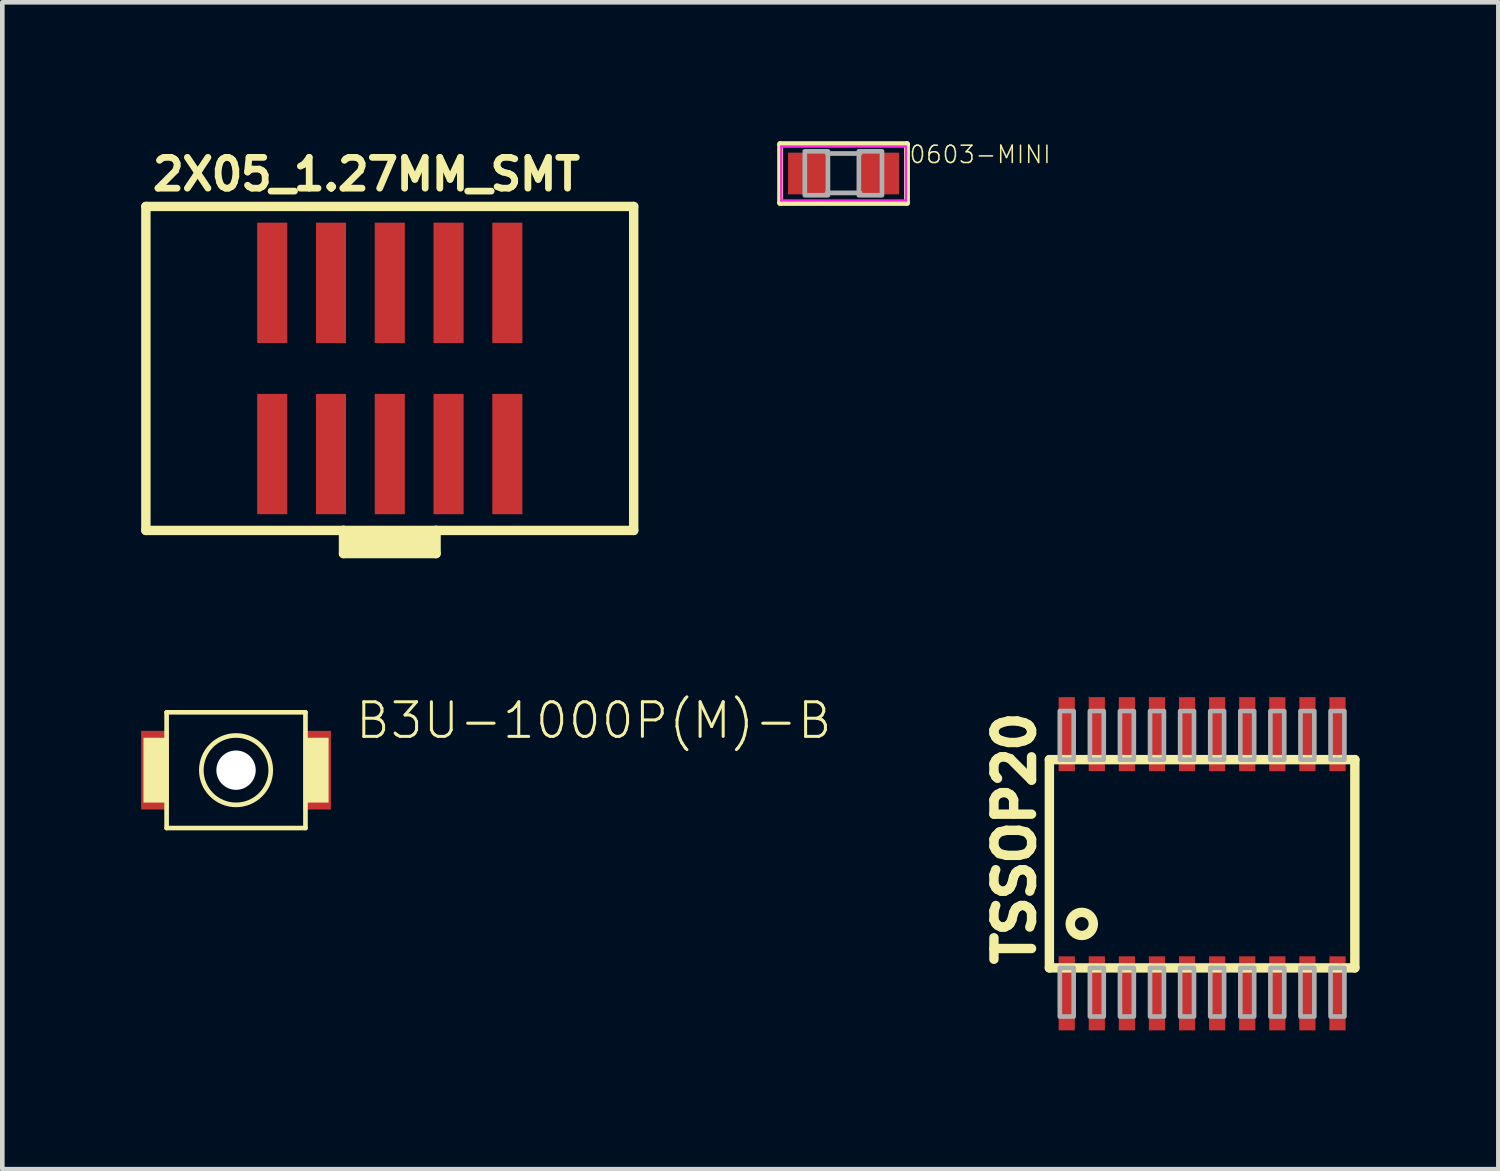
<source format=kicad_pcb>
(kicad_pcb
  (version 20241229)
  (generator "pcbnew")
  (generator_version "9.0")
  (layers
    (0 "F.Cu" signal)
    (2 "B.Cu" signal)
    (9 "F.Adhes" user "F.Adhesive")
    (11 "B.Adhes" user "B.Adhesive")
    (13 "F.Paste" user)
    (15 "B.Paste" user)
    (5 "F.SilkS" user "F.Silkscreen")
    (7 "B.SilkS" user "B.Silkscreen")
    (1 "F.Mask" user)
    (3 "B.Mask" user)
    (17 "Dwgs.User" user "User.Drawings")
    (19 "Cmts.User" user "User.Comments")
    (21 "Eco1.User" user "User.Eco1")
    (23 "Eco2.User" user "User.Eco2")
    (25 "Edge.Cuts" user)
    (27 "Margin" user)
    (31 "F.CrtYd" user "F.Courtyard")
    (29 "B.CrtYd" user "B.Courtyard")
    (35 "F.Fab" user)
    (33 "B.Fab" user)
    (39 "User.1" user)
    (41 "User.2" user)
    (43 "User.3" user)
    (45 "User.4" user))
  (footprint "2X05_1.27MM_SMT"
    (layer "F.Cu")
    (at 5.372 4.911)
    (property "Reference" "2X05_1.27MM_SMT" (at -5.199 -3.806 0) (layer "F.SilkS") (effects (font (size 0.666 0.666) (thickness 0.146)) (justify left bottom)))
    (fp_line (start -5.27 -3.5) (end 5.27 -3.5) (stroke (width 0.203) (type solid)) (layer "F.SilkS"))
    (fp_line (start -5.27 3.5) (end -5.27 -3.5) (stroke (width 0.203) (type solid)) (layer "F.SilkS"))
    (fp_line (start -1 3.5) (end -5.27 3.5) (stroke (width 0.203) (type solid)) (layer "F.SilkS"))
    (fp_line (start -1 3.5) (end -1 4) (stroke (width 0.203) (type solid)) (layer "F.SilkS"))
    (fp_line (start -1 4) (end 1 4) (stroke (width 0.203) (type solid)) (layer "F.SilkS"))
    (fp_line (start 1 3.5) (end -1 3.5) (stroke (width 0.203) (type solid)) (layer "F.SilkS"))
    (fp_line (start 1 4) (end 1 3.5) (stroke (width 0.203) (type solid)) (layer "F.SilkS"))
    (fp_line (start 5.27 -3.5) (end 5.27 3.5) (stroke (width 0.203) (type solid)) (layer "F.SilkS"))
    (fp_line (start 5.27 3.5) (end 1 3.5) (stroke (width 0.203) (type solid)) (layer "F.SilkS"))
    (fp_poly (pts (xy 1.079 4) (xy -1.079 4) (xy -1.079 3.493) (xy 1.079 3.493)) (stroke (width 0) (type solid)) (fill yes) (layer "F.SilkS"))
    (pad "1" smd rect (at -2.54 1.85) (size 0.65 2.6) (layers "F.Cu" "F.Mask" "F.Paste"))
    (pad "2" smd rect (at -2.54 -1.85) (size 0.65 2.6) (layers "F.Cu" "F.Mask" "F.Paste"))
    (pad "3" smd rect (at -1.27 1.85) (size 0.65 2.6) (layers "F.Cu" "F.Mask" "F.Paste"))
    (pad "4" smd rect (at -1.27 -1.85) (size 0.65 2.6) (layers "F.Cu" "F.Mask" "F.Paste"))
    (pad "5" smd rect (at 0 1.85) (size 0.65 2.6) (layers "F.Cu" "F.Mask" "F.Paste"))
    (pad "6" smd rect (at 0 -1.85) (size 0.65 2.6) (layers "F.Cu" "F.Mask" "F.Paste"))
    (pad "7" smd rect (at 1.27 1.85) (size 0.65 2.6) (layers "F.Cu" "F.Mask" "F.Paste"))
    (pad "8" smd rect (at 1.27 -1.85) (size 0.65 2.6) (layers "F.Cu" "F.Mask" "F.Paste"))
    (pad "9" smd rect (at 2.54 1.85) (size 0.65 2.6) (layers "F.Cu" "F.Mask" "F.Paste"))
    (pad "10" smd rect (at 2.54 -1.85) (size 0.65 2.6) (layers "F.Cu" "F.Mask" "F.Paste")))
  (footprint "B3U-1000P(M)-B"
    (layer "F.Cu")
    (at 2.05 13.591)
    (property "Reference" "B3U-1000P(M)-B" (at 2.54 -0.635 0) (layer "F.SilkS") (effects (font (size 0.748 0.748) (thickness 0.065)) (justify left bottom)))
    (fp_poly (pts (xy -2.05 0.85) (xy -1.45 0.85) (xy -1.45 -0.85) (xy -2.05 -0.85)) (stroke (width 0) (type solid)) (fill yes) (layer "F.Mask"))
    (fp_poly (pts (xy 1.45 0.85) (xy 2.05 0.85) (xy 2.05 -0.85) (xy 1.45 -0.85)) (stroke (width 0) (type solid)) (fill yes) (layer "F.Mask"))
    (fp_line (start -1.5 -1.25) (end 1.5 -1.25) (stroke (width 0.1) (type solid)) (layer "F.SilkS"))
    (fp_line (start -1.5 1.25) (end -1.5 -1.25) (stroke (width 0.1) (type solid)) (layer "F.SilkS"))
    (fp_line (start 1.5 -1.25) (end 1.5 1.25) (stroke (width 0.1) (type solid)) (layer "F.SilkS"))
    (fp_line (start 1.5 1.25) (end -1.5 1.25) (stroke (width 0.1) (type solid)) (layer "F.SilkS"))
    (fp_circle (center 0 0) (end 0.75 0) (stroke (width 0.1) (type solid)) (fill no) (layer "F.SilkS"))
    (fp_poly (pts (xy -2 0.7) (xy -1.5 0.7) (xy -1.5 -0.7) (xy -2 -0.7)) (stroke (width 0) (type solid)) (fill yes) (layer "F.SilkS"))
    (fp_poly (pts (xy 2 -0.7) (xy 1.5 -0.7) (xy 1.5 0.7) (xy 2 0.7)) (stroke (width 0) (type solid)) (fill yes) (layer "F.SilkS"))
    (pad "" np_thru_hole circle (at 0 0) (size 0.85 0.85) (drill 0.85) (layers "*.Cu" "*.Mask"))
    (pad "1" smd rect (at -1.75 0) (size 0.6 1.7) (layers "F.Cu" "F.Paste"))
    (pad "2" smd rect (at 1.75 0) (size 0.6 1.7) (layers "F.Cu" "F.Paste")))
  (footprint "0603-MINI"
    (layer "F.Cu")
    (at 15.177 0.699)
    (property "Reference" "0603-MINI" (at 1.397 -0.191 0) (layer "F.SilkS") (effects (font (size 0.374 0.374) (thickness 0.033)) (justify left bottom)))
    (fp_line (start -1.37 -0.635) (end 1.37 -0.635) (stroke (width 0.127) (type solid)) (layer "F.SilkS"))
    (fp_line (start -1.37 0.635) (end -1.37 -0.635) (stroke (width 0.127) (type solid)) (layer "F.SilkS"))
    (fp_line (start 1.37 -0.635) (end 1.37 0.635) (stroke (width 0.127) (type solid)) (layer "F.SilkS"))
    (fp_line (start 1.37 0.635) (end -1.37 0.635) (stroke (width 0.127) (type solid)) (layer "F.SilkS"))
    (fp_line (start -1.346 -0.583) (end 1.346 -0.583) (stroke (width 0.051) (type solid)) (layer "F.CrtYd"))
    (fp_line (start -1.346 0.583) (end -1.346 -0.583) (stroke (width 0.051) (type solid)) (layer "F.CrtYd"))
    (fp_line (start 1.346 -0.583) (end 1.346 0.583) (stroke (width 0.051) (type solid)) (layer "F.CrtYd"))
    (fp_line (start 1.346 0.583) (end -1.346 0.583) (stroke (width 0.051) (type solid)) (layer "F.CrtYd"))
    (fp_line (start -0.356 -0.432) (end 0.356 -0.432) (stroke (width 0.102) (type solid)) (layer "F.Fab"))
    (fp_line (start -0.356 0.419) (end 0.356 0.419) (stroke (width 0.102) (type solid)) (layer "F.Fab"))
    (fp_poly (pts (xy -0.838 0.47) (xy -0.338 0.47) (xy -0.338 -0.48) (xy -0.838 -0.48)) (stroke (width 0.1) (type solid)) (fill no) (layer "F.Fab"))
    (fp_poly (pts (xy 0.33 0.47) (xy 0.83 0.47) (xy 0.83 -0.48) (xy 0.33 -0.48)) (stroke (width 0.1) (type solid)) (fill no) (layer "F.Fab"))
    (pad "1" smd rect (at -0.75 0) (size 0.9 0.9) (layers "F.Cu" "F.Mask" "F.Paste"))
    (pad "2" smd rect (at 0.75 0) (size 0.9 0.9) (layers "F.Cu" "F.Mask" "F.Paste")))
  (footprint "TSSOP20"
    (layer "F.Cu")
    (at 22.924 15.613)
    (property "Reference" "TSSOP20" (at -3.575 2.275 90) (layer "F.SilkS") (effects (font (size 0.813 0.813) (thickness 0.203)) (justify left bottom)))
    (fp_line (start -3.3 -2.25) (end 3.3 -2.25) (stroke (width 0.203) (type solid)) (layer "F.SilkS"))
    (fp_line (start -3.3 2.25) (end -3.3 -2.25) (stroke (width 0.203) (type solid)) (layer "F.SilkS"))
    (fp_line (start 3.3 -2.25) (end 3.3 2.25) (stroke (width 0.203) (type solid)) (layer "F.SilkS"))
    (fp_line (start 3.3 2.25) (end -3.3 2.25) (stroke (width 0.203) (type solid)) (layer "F.SilkS"))
    (fp_circle (center -2.6 1.3) (end -2.35 1.3) (stroke (width 0.203) (type solid)) (fill no) (layer "F.SilkS"))
    (fp_poly (pts (xy -3.075 -2.25) (xy -2.775 -2.25) (xy -2.775 -3.3) (xy -3.075 -3.3)) (stroke (width 0.1) (type solid)) (fill no) (layer "F.Fab"))
    (fp_poly (pts (xy -2.775 2.25) (xy -3.075 2.25) (xy -3.075 3.3) (xy -2.775 3.3)) (stroke (width 0.1) (type solid)) (fill no) (layer "F.Fab"))
    (fp_poly (pts (xy -2.425 -2.25) (xy -2.125 -2.25) (xy -2.125 -3.3) (xy -2.425 -3.3)) (stroke (width 0.1) (type solid)) (fill no) (layer "F.Fab"))
    (fp_poly (pts (xy -2.125 2.25) (xy -2.425 2.25) (xy -2.425 3.3) (xy -2.125 3.3)) (stroke (width 0.1) (type solid)) (fill no) (layer "F.Fab"))
    (fp_poly (pts (xy -1.775 -2.25) (xy -1.475 -2.25) (xy -1.475 -3.3) (xy -1.775 -3.3)) (stroke (width 0.1) (type solid)) (fill no) (layer "F.Fab"))
    (fp_poly (pts (xy -1.475 2.25) (xy -1.775 2.25) (xy -1.775 3.3) (xy -1.475 3.3)) (stroke (width 0.1) (type solid)) (fill no) (layer "F.Fab"))
    (fp_poly (pts (xy -1.125 -2.25) (xy -0.825 -2.25) (xy -0.825 -3.3) (xy -1.125 -3.3)) (stroke (width 0.1) (type solid)) (fill no) (layer "F.Fab"))
    (fp_poly (pts (xy -0.825 2.25) (xy -1.125 2.25) (xy -1.125 3.3) (xy -0.825 3.3)) (stroke (width 0.1) (type solid)) (fill no) (layer "F.Fab"))
    (fp_poly (pts (xy -0.475 -2.25) (xy -0.175 -2.25) (xy -0.175 -3.3) (xy -0.475 -3.3)) (stroke (width 0.1) (type solid)) (fill no) (layer "F.Fab"))
    (fp_poly (pts (xy -0.175 2.25) (xy -0.475 2.25) (xy -0.475 3.3) (xy -0.175 3.3)) (stroke (width 0.1) (type solid)) (fill no) (layer "F.Fab"))
    (fp_poly (pts (xy 0.175 -2.25) (xy 0.475 -2.25) (xy 0.475 -3.3) (xy 0.175 -3.3)) (stroke (width 0.1) (type solid)) (fill no) (layer "F.Fab"))
    (fp_poly (pts (xy 0.475 2.25) (xy 0.175 2.25) (xy 0.175 3.3) (xy 0.475 3.3)) (stroke (width 0.1) (type solid)) (fill no) (layer "F.Fab"))
    (fp_poly (pts (xy 0.825 -2.25) (xy 1.125 -2.25) (xy 1.125 -3.3) (xy 0.825 -3.3)) (stroke (width 0.1) (type solid)) (fill no) (layer "F.Fab"))
    (fp_poly (pts (xy 1.125 2.25) (xy 0.825 2.25) (xy 0.825 3.3) (xy 1.125 3.3)) (stroke (width 0.1) (type solid)) (fill no) (layer "F.Fab"))
    (fp_poly (pts (xy 1.475 -2.25) (xy 1.775 -2.25) (xy 1.775 -3.3) (xy 1.475 -3.3)) (stroke (width 0.1) (type solid)) (fill no) (layer "F.Fab"))
    (fp_poly (pts (xy 1.775 2.25) (xy 1.475 2.25) (xy 1.475 3.3) (xy 1.775 3.3)) (stroke (width 0.1) (type solid)) (fill no) (layer "F.Fab"))
    (fp_poly (pts (xy 2.125 -2.25) (xy 2.425 -2.25) (xy 2.425 -3.3) (xy 2.125 -3.3)) (stroke (width 0.1) (type solid)) (fill no) (layer "F.Fab"))
    (fp_poly (pts (xy 2.425 2.25) (xy 2.125 2.25) (xy 2.125 3.3) (xy 2.425 3.3)) (stroke (width 0.1) (type solid)) (fill no) (layer "F.Fab"))
    (fp_poly (pts (xy 2.775 -2.25) (xy 3.075 -2.25) (xy 3.075 -3.3) (xy 2.775 -3.3)) (stroke (width 0.1) (type solid)) (fill no) (layer "F.Fab"))
    (fp_poly (pts (xy 3.075 2.25) (xy 2.775 2.25) (xy 2.775 3.3) (xy 3.075 3.3)) (stroke (width 0.1) (type solid)) (fill no) (layer "F.Fab"))
    (pad "1" smd rect (at -2.925 2.8) (size 0.35 1.6) (layers "F.Cu" "F.Mask" "F.Paste"))
    (pad "2" smd rect (at -2.275 2.8) (size 0.35 1.6) (layers "F.Cu" "F.Mask" "F.Paste"))
    (pad "3" smd rect (at -1.625 2.8) (size 0.35 1.6) (layers "F.Cu" "F.Mask" "F.Paste"))
    (pad "4" smd rect (at -0.975 2.8) (size 0.35 1.6) (layers "F.Cu" "F.Mask" "F.Paste"))
    (pad "5" smd rect (at -0.325 2.8) (size 0.35 1.6) (layers "F.Cu" "F.Mask" "F.Paste"))
    (pad "6" smd rect (at 0.325 2.8) (size 0.35 1.6) (layers "F.Cu" "F.Mask" "F.Paste"))
    (pad "7" smd rect (at 0.975 2.8) (size 0.35 1.6) (layers "F.Cu" "F.Mask" "F.Paste"))
    (pad "8" smd rect (at 1.625 2.8) (size 0.35 1.6) (layers "F.Cu" "F.Mask" "F.Paste"))
    (pad "9" smd rect (at 2.275 2.8) (size 0.35 1.6) (layers "F.Cu" "F.Mask" "F.Paste"))
    (pad "10" smd rect (at 2.925 2.8) (size 0.35 1.6) (layers "F.Cu" "F.Mask" "F.Paste"))
    (pad "11" smd rect (at 2.925 -2.8 180) (size 0.35 1.6) (layers "F.Cu" "F.Mask" "F.Paste"))
    (pad "12" smd rect (at 2.275 -2.8 180) (size 0.35 1.6) (layers "F.Cu" "F.Mask" "F.Paste"))
    (pad "13" smd rect (at 1.625 -2.8 180) (size 0.35 1.6) (layers "F.Cu" "F.Mask" "F.Paste"))
    (pad "14" smd rect (at 0.975 -2.8 180) (size 0.35 1.6) (layers "F.Cu" "F.Mask" "F.Paste"))
    (pad "15" smd rect (at 0.325 -2.8 180) (size 0.35 1.6) (layers "F.Cu" "F.Mask" "F.Paste"))
    (pad "16" smd rect (at -0.325 -2.8 180) (size 0.35 1.6) (layers "F.Cu" "F.Mask" "F.Paste"))
    (pad "17" smd rect (at -0.975 -2.8 180) (size 0.35 1.6) (layers "F.Cu" "F.Mask" "F.Paste"))
    (pad "18" smd rect (at -1.625 -2.8 180) (size 0.35 1.6) (layers "F.Cu" "F.Mask" "F.Paste"))
    (pad "19" smd rect (at -2.275 -2.8 180) (size 0.35 1.6) (layers "F.Cu" "F.Mask" "F.Paste"))
    (pad "20" smd rect (at -2.925 -2.8 180) (size 0.35 1.6) (layers "F.Cu" "F.Mask" "F.Paste")))
  (gr_rect
    (start -3 -3)
    (end 29.325 22.213)
    (stroke (width 0.1) (type default))
    (fill no)
    (layer "Edge.Cuts")))
</source>
